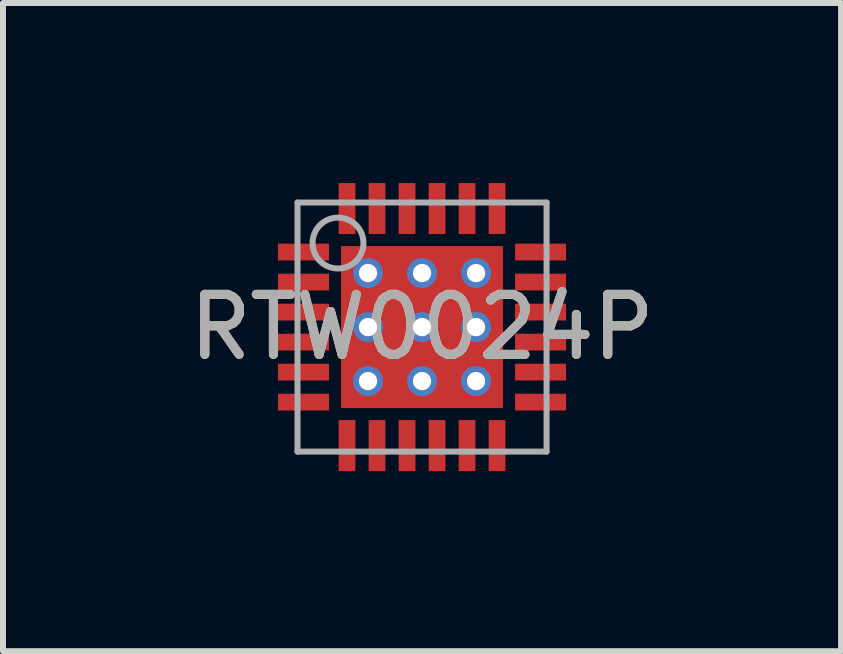
<source format=kicad_pcb>
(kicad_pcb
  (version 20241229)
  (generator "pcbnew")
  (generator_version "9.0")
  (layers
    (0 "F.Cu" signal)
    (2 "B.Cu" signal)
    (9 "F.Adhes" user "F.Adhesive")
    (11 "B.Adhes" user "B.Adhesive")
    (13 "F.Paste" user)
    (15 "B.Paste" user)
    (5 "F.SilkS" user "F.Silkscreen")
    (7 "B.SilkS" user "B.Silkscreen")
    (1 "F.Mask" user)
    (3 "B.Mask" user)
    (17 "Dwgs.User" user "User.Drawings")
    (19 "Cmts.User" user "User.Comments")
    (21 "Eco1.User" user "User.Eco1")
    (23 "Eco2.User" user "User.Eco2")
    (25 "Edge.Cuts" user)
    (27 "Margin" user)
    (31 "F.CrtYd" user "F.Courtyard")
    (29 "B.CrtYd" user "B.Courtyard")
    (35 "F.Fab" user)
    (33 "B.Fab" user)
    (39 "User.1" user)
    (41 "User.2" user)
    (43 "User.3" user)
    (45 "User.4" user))
  (footprint "RTW0024P"
    (layer "F.Cu")
    (at 3.982 2.4)
    (property "Reference" "RTW0024P" (at 0 0 0) (unlocked yes) (layer "F.SilkS") (effects (font (size 1 1) (thickness 0.15))))
    (attr smd)
    (fp_poly (pts (xy -2.375 -1.185) (xy -2.375 -1.315) (xy -2.325 -1.365) (xy -1.625 -1.365) (xy -1.575 -1.315) (xy -1.575 -1.185) (xy -1.625 -1.135) (xy -2.325 -1.135)) (stroke (width 0) (type solid)) (fill yes) (layer "F.Paste"))
    (fp_poly (pts (xy -2.375 -0.685) (xy -2.375 -0.815) (xy -2.325 -0.865) (xy -1.625 -0.865) (xy -1.575 -0.815) (xy -1.575 -0.685) (xy -1.625 -0.635) (xy -2.325 -0.635)) (stroke (width 0) (type solid)) (fill yes) (layer "F.Paste"))
    (fp_poly (pts (xy -2.375 -0.185) (xy -2.375 -0.315) (xy -2.325 -0.365) (xy -1.625 -0.365) (xy -1.575 -0.315) (xy -1.575 -0.185) (xy -1.625 -0.135) (xy -2.325 -0.135)) (stroke (width 0) (type solid)) (fill yes) (layer "F.Paste"))
    (fp_poly (pts (xy -2.375 0.315) (xy -2.375 0.185) (xy -2.325 0.135) (xy -1.625 0.135) (xy -1.575 0.185) (xy -1.575 0.315) (xy -1.625 0.365) (xy -2.325 0.365)) (stroke (width 0) (type solid)) (fill yes) (layer "F.Paste"))
    (fp_poly (pts (xy -2.375 0.815) (xy -2.375 0.685) (xy -2.325 0.635) (xy -1.625 0.635) (xy -1.575 0.685) (xy -1.575 0.815) (xy -1.625 0.865) (xy -2.325 0.865)) (stroke (width 0) (type solid)) (fill yes) (layer "F.Paste"))
    (fp_poly (pts (xy -2.375 1.315) (xy -2.375 1.185) (xy -2.325 1.135) (xy -1.625 1.135) (xy -1.575 1.185) (xy -1.575 1.315) (xy -1.625 1.365) (xy -2.325 1.365)) (stroke (width 0) (type solid)) (fill yes) (layer "F.Paste"))
    (fp_poly (pts (xy -1.315 -2.375) (xy -1.185 -2.375) (xy -1.135 -2.325) (xy -1.135 -1.625) (xy -1.185 -1.575) (xy -1.315 -1.575) (xy -1.365 -1.625) (xy -1.365 -2.325)) (stroke (width 0) (type solid)) (fill yes) (layer "F.Paste"))
    (fp_poly (pts (xy -1.25 -0.2) (xy -1.25 -1.2) (xy -1.2 -1.25) (xy -0.2 -1.25) (xy -0.15 -1.2) (xy -0.15 -0.2) (xy -0.2 -0.15) (xy -1.2 -0.15)) (stroke (width 0) (type solid)) (fill yes) (layer "F.Paste"))
    (fp_poly (pts (xy -1.185 2.375) (xy -1.315 2.375) (xy -1.365 2.325) (xy -1.365 1.625) (xy -1.315 1.575) (xy -1.185 1.575) (xy -1.135 1.625) (xy -1.135 2.325)) (stroke (width 0) (type solid)) (fill yes) (layer "F.Paste"))
    (fp_poly (pts (xy -0.815 -2.375) (xy -0.685 -2.375) (xy -0.635 -2.325) (xy -0.635 -1.625) (xy -0.685 -1.575) (xy -0.815 -1.575) (xy -0.865 -1.625) (xy -0.865 -2.325)) (stroke (width 0) (type solid)) (fill yes) (layer "F.Paste"))
    (fp_poly (pts (xy -0.685 2.375) (xy -0.815 2.375) (xy -0.865 2.325) (xy -0.865 1.625) (xy -0.815 1.575) (xy -0.685 1.575) (xy -0.635 1.625) (xy -0.635 2.325)) (stroke (width 0) (type solid)) (fill yes) (layer "F.Paste"))
    (fp_poly (pts (xy -0.315 -2.375) (xy -0.185 -2.375) (xy -0.135 -2.325) (xy -0.135 -1.625) (xy -0.185 -1.575) (xy -0.315 -1.575) (xy -0.365 -1.625) (xy -0.365 -2.325)) (stroke (width 0) (type solid)) (fill yes) (layer "F.Paste"))
    (fp_poly (pts (xy -0.2 1.25) (xy -1.2 1.25) (xy -1.25 1.2) (xy -1.25 0.2) (xy -1.2 0.15) (xy -0.2 0.15) (xy -0.15 0.2) (xy -0.15 1.2)) (stroke (width 0) (type solid)) (fill yes) (layer "F.Paste"))
    (fp_poly (pts (xy -0.185 2.375) (xy -0.315 2.375) (xy -0.365 2.325) (xy -0.365 1.625) (xy -0.315 1.575) (xy -0.185 1.575) (xy -0.135 1.625) (xy -0.135 2.325)) (stroke (width 0) (type solid)) (fill yes) (layer "F.Paste"))
    (fp_poly (pts (xy 0.185 -2.375) (xy 0.315 -2.375) (xy 0.365 -2.325) (xy 0.365 -1.625) (xy 0.315 -1.575) (xy 0.185 -1.575) (xy 0.135 -1.625) (xy 0.135 -2.325)) (stroke (width 0) (type solid)) (fill yes) (layer "F.Paste"))
    (fp_poly (pts (xy 0.2 -1.25) (xy 1.2 -1.25) (xy 1.25 -1.2) (xy 1.25 -0.2) (xy 1.2 -0.15) (xy 0.2 -0.15) (xy 0.15 -0.2) (xy 0.15 -1.2)) (stroke (width 0) (type solid)) (fill yes) (layer "F.Paste"))
    (fp_poly (pts (xy 0.315 2.375) (xy 0.185 2.375) (xy 0.135 2.325) (xy 0.135 1.625) (xy 0.185 1.575) (xy 0.315 1.575) (xy 0.365 1.625) (xy 0.365 2.325)) (stroke (width 0) (type solid)) (fill yes) (layer "F.Paste"))
    (fp_poly (pts (xy 0.685 -2.375) (xy 0.815 -2.375) (xy 0.865 -2.325) (xy 0.865 -1.625) (xy 0.815 -1.575) (xy 0.685 -1.575) (xy 0.635 -1.625) (xy 0.635 -2.325)) (stroke (width 0) (type solid)) (fill yes) (layer "F.Paste"))
    (fp_poly (pts (xy 0.815 2.375) (xy 0.685 2.375) (xy 0.635 2.325) (xy 0.635 1.625) (xy 0.685 1.575) (xy 0.815 1.575) (xy 0.865 1.625) (xy 0.865 2.325)) (stroke (width 0) (type solid)) (fill yes) (layer "F.Paste"))
    (fp_poly (pts (xy 1.185 -2.375) (xy 1.315 -2.375) (xy 1.365 -2.325) (xy 1.365 -1.625) (xy 1.315 -1.575) (xy 1.185 -1.575) (xy 1.135 -1.625) (xy 1.135 -2.325)) (stroke (width 0) (type solid)) (fill yes) (layer "F.Paste"))
    (fp_poly (pts (xy 1.25 0.2) (xy 1.25 1.2) (xy 1.2 1.25) (xy 0.2 1.25) (xy 0.15 1.2) (xy 0.15 0.2) (xy 0.2 0.15) (xy 1.2 0.15)) (stroke (width 0) (type solid)) (fill yes) (layer "F.Paste"))
    (fp_poly (pts (xy 1.315 2.375) (xy 1.185 2.375) (xy 1.135 2.325) (xy 1.135 1.625) (xy 1.185 1.575) (xy 1.315 1.575) (xy 1.365 1.625) (xy 1.365 2.325)) (stroke (width 0) (type solid)) (fill yes) (layer "F.Paste"))
    (fp_poly (pts (xy 2.375 -1.315) (xy 2.375 -1.185) (xy 2.325 -1.135) (xy 1.625 -1.135) (xy 1.575 -1.185) (xy 1.575 -1.315) (xy 1.625 -1.365) (xy 2.325 -1.365)) (stroke (width 0) (type solid)) (fill yes) (layer "F.Paste"))
    (fp_poly (pts (xy 2.375 -0.815) (xy 2.375 -0.685) (xy 2.325 -0.635) (xy 1.625 -0.635) (xy 1.575 -0.685) (xy 1.575 -0.815) (xy 1.625 -0.865) (xy 2.325 -0.865)) (stroke (width 0) (type solid)) (fill yes) (layer "F.Paste"))
    (fp_poly (pts (xy 2.375 -0.315) (xy 2.375 -0.185) (xy 2.325 -0.135) (xy 1.625 -0.135) (xy 1.575 -0.185) (xy 1.575 -0.315) (xy 1.625 -0.365) (xy 2.325 -0.365)) (stroke (width 0) (type solid)) (fill yes) (layer "F.Paste"))
    (fp_poly (pts (xy 2.375 0.185) (xy 2.375 0.315) (xy 2.325 0.365) (xy 1.625 0.365) (xy 1.575 0.315) (xy 1.575 0.185) (xy 1.625 0.135) (xy 2.325 0.135)) (stroke (width 0) (type solid)) (fill yes) (layer "F.Paste"))
    (fp_poly (pts (xy 2.375 0.685) (xy 2.375 0.815) (xy 2.325 0.865) (xy 1.625 0.865) (xy 1.575 0.815) (xy 1.575 0.685) (xy 1.625 0.635) (xy 2.325 0.635)) (stroke (width 0) (type solid)) (fill yes) (layer "F.Paste"))
    (fp_poly (pts (xy 2.375 1.185) (xy 2.375 1.315) (xy 2.325 1.365) (xy 1.625 1.365) (xy 1.575 1.315) (xy 1.575 1.185) (xy 1.625 1.135) (xy 2.325 1.135)) (stroke (width 0) (type solid)) (fill yes) (layer "F.Paste"))
    (fp_line (start -2.075 -2.075) (end 2.075 -2.075) (stroke (width 0.1) (type solid)) (layer "F.Fab"))
    (fp_line (start -2.075 2.075) (end -2.075 -2.075) (stroke (width 0.1) (type solid)) (layer "F.Fab"))
    (fp_line (start -2.075 2.075) (end 2.075 2.075) (stroke (width 0.1) (type solid)) (layer "F.Fab"))
    (fp_line (start 2.075 2.075) (end 2.075 -2.075) (stroke (width 0.1) (type solid)) (layer "F.Fab"))
    (fp_circle (center -1.4 -1.4) (end -0.976 -1.4) (stroke (width 0.1) (type solid)) (fill no) (layer "F.Fab"))
    (fp_text user "${REFERENCE}" (at 0 0 0) (unlocked yes) (layer "F.Fab") (effects (font (size 1 1) (thickness 0.15))))
    (pad "1" smd rect (at -1.975 -1.25) (size 0.85 0.28) (layers "F.Cu" "F.Mask"))
    (pad "2" smd rect (at -1.975 -0.75) (size 0.85 0.28) (layers "F.Cu" "F.Mask"))
    (pad "3" smd rect (at -1.975 -0.25) (size 0.85 0.28) (layers "F.Cu" "F.Mask"))
    (pad "4" smd rect (at -1.975 0.25) (size 0.85 0.28) (layers "F.Cu" "F.Mask"))
    (pad "5" smd rect (at -1.975 0.75) (size 0.85 0.28) (layers "F.Cu" "F.Mask"))
    (pad "6" smd rect (at -1.975 1.25) (size 0.85 0.28) (layers "F.Cu" "F.Mask"))
    (pad "7" smd rect (at -1.25 1.975 90) (size 0.85 0.28) (layers "F.Cu" "F.Mask"))
    (pad "8" smd rect (at -0.75 1.975 90) (size 0.85 0.28) (layers "F.Cu" "F.Mask"))
    (pad "9" smd rect (at -0.25 1.975 90) (size 0.85 0.28) (layers "F.Cu" "F.Mask"))
    (pad "10" smd rect (at 0.25 1.975 90) (size 0.85 0.28) (layers "F.Cu" "F.Mask"))
    (pad "11" smd rect (at 0.75 1.975 90) (size 0.85 0.28) (layers "F.Cu" "F.Mask"))
    (pad "12" smd rect (at 1.25 1.975 90) (size 0.85 0.28) (layers "F.Cu" "F.Mask"))
    (pad "13" smd rect (at 1.975 1.25) (size 0.85 0.28) (layers "F.Cu" "F.Mask"))
    (pad "14" smd rect (at 1.975 0.75) (size 0.85 0.28) (layers "F.Cu" "F.Mask"))
    (pad "15" smd rect (at 1.975 0.25) (size 0.85 0.28) (layers "F.Cu" "F.Mask"))
    (pad "16" smd rect (at 1.975 -0.25) (size 0.85 0.28) (layers "F.Cu" "F.Mask"))
    (pad "17" smd rect (at 1.975 -0.75) (size 0.85 0.28) (layers "F.Cu" "F.Mask"))
    (pad "18" smd rect (at 1.975 -1.25) (size 0.85 0.28) (layers "F.Cu" "F.Mask"))
    (pad "19" smd rect (at 1.25 -1.975 90) (size 0.85 0.28) (layers "F.Cu" "F.Mask"))
    (pad "20" smd rect (at 0.75 -1.975 90) (size 0.85 0.28) (layers "F.Cu" "F.Mask"))
    (pad "21" smd rect (at 0.25 -1.975 90) (size 0.85 0.28) (layers "F.Cu" "F.Mask"))
    (pad "22" smd rect (at -0.25 -1.975 90) (size 0.85 0.28) (layers "F.Cu" "F.Mask"))
    (pad "23" smd rect (at -0.75 -1.975 90) (size 0.85 0.28) (layers "F.Cu" "F.Mask"))
    (pad "24" smd rect (at -1.25 -1.975 90) (size 0.85 0.28) (layers "F.Cu" "F.Mask"))
    (pad "25" smd rect (at 0 0) (size 2.7 2.7) (layers "F.Cu" "F.Mask"))
    (pad "26" thru_hole circle (at -0.9 0.9) (size 0.5 0.5) (drill 0.305) (layers "*.Cu" "*.Mask"))
    (pad "27" thru_hole circle (at 0 0.9) (size 0.5 0.5) (drill 0.305) (layers "*.Cu" "*.Mask"))
    (pad "28" thru_hole circle (at 0.9 0.9) (size 0.5 0.5) (drill 0.305) (layers "*.Cu" "*.Mask"))
    (pad "29" thru_hole circle (at -0.9 0) (size 0.5 0.5) (drill 0.305) (layers "*.Cu" "*.Mask"))
    (pad "30" thru_hole circle (at 0 0) (size 0.5 0.5) (drill 0.305) (layers "*.Cu" "*.Mask"))
    (pad "31" thru_hole circle (at 0.9 0) (size 0.5 0.5) (drill 0.305) (layers "*.Cu" "*.Mask"))
    (pad "32" thru_hole circle (at 0.9 -0.9) (size 0.5 0.5) (drill 0.305) (layers "*.Cu" "*.Mask"))
    (pad "33" thru_hole circle (at 0 -0.9) (size 0.5 0.5) (drill 0.305) (layers "*.Cu" "*.Mask"))
    (pad "34" thru_hole circle (at -0.9 -0.9) (size 0.5 0.5) (drill 0.305) (layers "*.Cu" "*.Mask")))
  (gr_rect
    (start -3 -3)
    (end 10.964 7.8)
    (stroke (width 0.1) (type default))
    (fill no)
    (layer "Edge.Cuts")))
</source>
